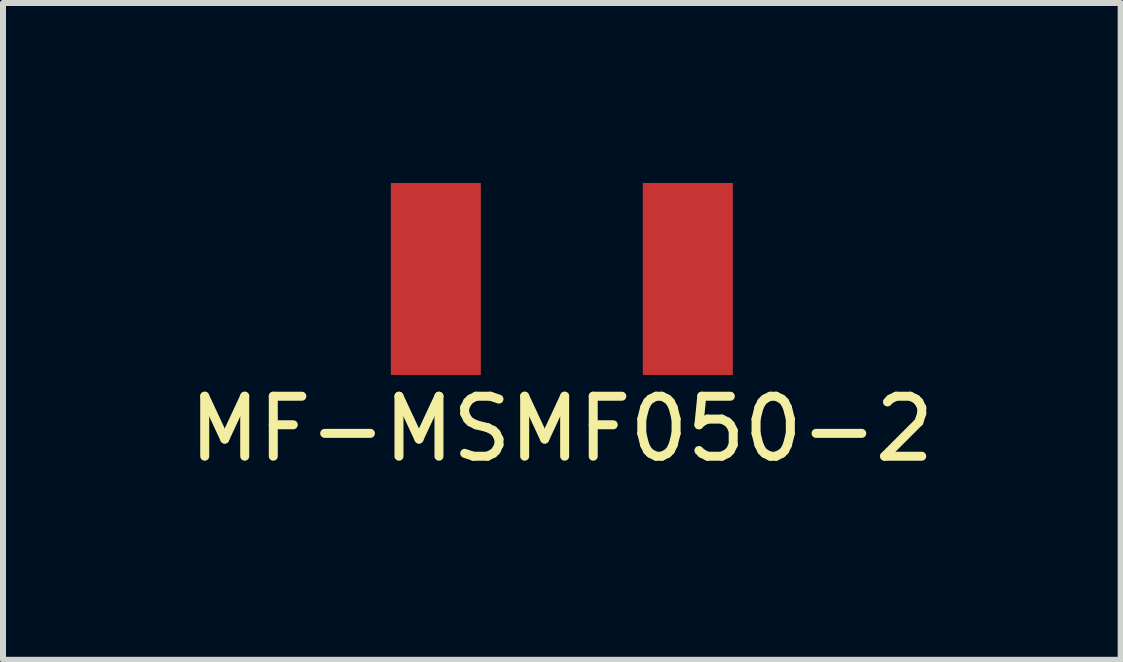
<source format=kicad_pcb>
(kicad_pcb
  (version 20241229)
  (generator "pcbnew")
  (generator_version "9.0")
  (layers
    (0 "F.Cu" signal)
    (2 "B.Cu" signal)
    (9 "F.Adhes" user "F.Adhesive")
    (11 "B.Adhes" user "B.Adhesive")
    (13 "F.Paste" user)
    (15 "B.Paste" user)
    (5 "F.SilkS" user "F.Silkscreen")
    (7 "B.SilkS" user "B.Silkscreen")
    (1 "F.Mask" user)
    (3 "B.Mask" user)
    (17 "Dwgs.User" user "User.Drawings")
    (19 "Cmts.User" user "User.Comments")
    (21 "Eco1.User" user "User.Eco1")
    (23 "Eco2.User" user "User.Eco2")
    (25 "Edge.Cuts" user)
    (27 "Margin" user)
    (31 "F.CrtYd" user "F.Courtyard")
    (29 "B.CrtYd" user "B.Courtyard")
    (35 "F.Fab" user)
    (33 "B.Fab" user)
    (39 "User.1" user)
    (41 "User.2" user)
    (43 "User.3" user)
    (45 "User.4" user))
  (footprint "MF-MSMF050-2"
    (layer "F.Cu")
    (at 6.315 1.6)
    (property "Reference" "MF-MSMF050-2" (at 0 2.5 0) (layer "F.SilkS") (effects (font (size 1 1) (thickness 0.15))))
    (attr through_hole)
    (pad "1" smd rect (at -2.1 0) (size 1.5 3.2) (layers "F.Cu" "F.Mask" "F.Paste"))
    (pad "2" smd rect (at 2.1 0) (size 1.5 3.2) (layers "F.Cu" "F.Mask" "F.Paste")))
  (gr_rect
    (start -3 -3)
    (end 15.631 7.948)
    (stroke (width 0.1) (type default))
    (fill no)
    (layer "Edge.Cuts")))
</source>
